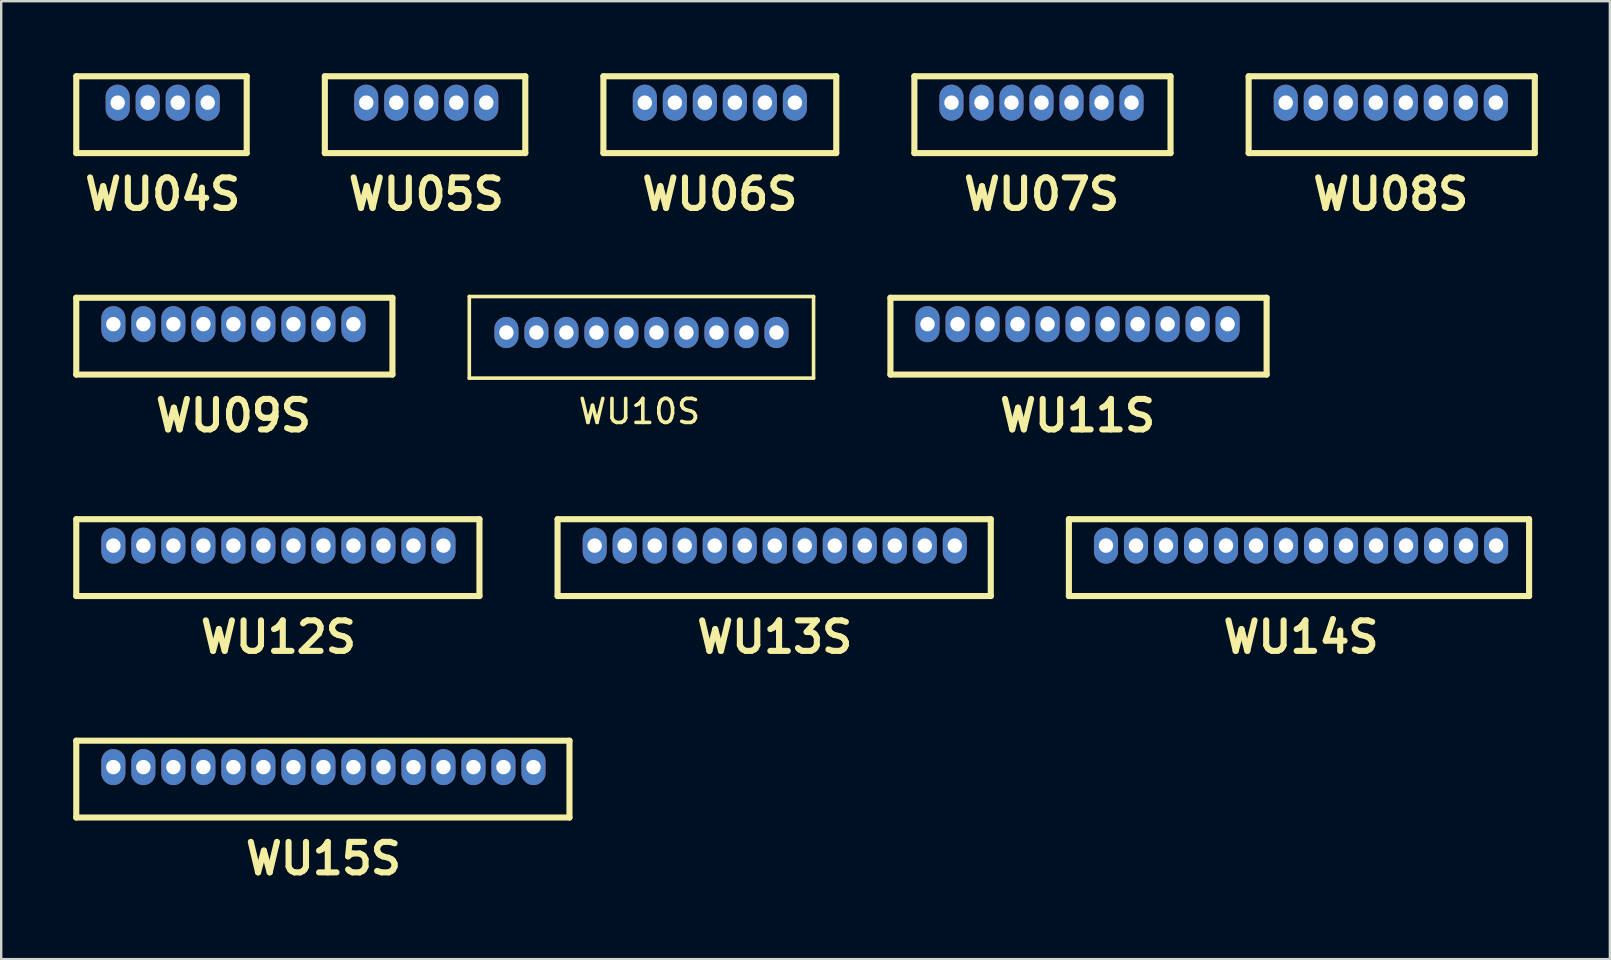
<source format=kicad_pcb>
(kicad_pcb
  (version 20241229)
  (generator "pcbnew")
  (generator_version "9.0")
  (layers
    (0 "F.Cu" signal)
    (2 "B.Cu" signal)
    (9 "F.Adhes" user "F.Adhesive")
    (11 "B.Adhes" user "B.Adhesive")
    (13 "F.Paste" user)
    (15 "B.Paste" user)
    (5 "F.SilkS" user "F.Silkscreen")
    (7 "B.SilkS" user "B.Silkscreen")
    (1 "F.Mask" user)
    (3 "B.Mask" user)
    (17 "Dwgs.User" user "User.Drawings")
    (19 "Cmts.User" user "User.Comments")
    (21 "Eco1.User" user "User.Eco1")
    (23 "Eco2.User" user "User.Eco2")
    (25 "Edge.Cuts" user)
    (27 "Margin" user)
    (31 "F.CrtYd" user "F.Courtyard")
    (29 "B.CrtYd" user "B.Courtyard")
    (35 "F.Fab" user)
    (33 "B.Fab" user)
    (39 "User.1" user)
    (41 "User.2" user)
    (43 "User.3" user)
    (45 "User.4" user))
  (footprint "WU11S"
    (layer "F.Cu")
    (at 41.836 10.453)
    (property "Reference" "WU11S" (at 0 3.81 0) (layer "F.SilkS") (effects (font (size 1.27 1.27) (thickness 0.254))))
    (attr through_hole)
    (fp_line (start -7.795 -1.1) (end 7.875 -1.1) (stroke (width 0.254) (type solid)) (layer "F.SilkS"))
    (fp_line (start -7.795 2.1) (end -7.795 -1.1) (stroke (width 0.254) (type solid)) (layer "F.SilkS"))
    (fp_line (start 7.875 -1.1) (end 7.875 2.1) (stroke (width 0.254) (type solid)) (layer "F.SilkS"))
    (fp_line (start 7.875 2.1) (end -7.795 2.1) (stroke (width 0.254) (type solid)) (layer "F.SilkS"))
    (pad "1" thru_hole oval (at -6.25 0) (size 1 1.5) (drill 0.6) (layers "*.Cu" "*.Mask"))
    (pad "2" thru_hole oval (at -5 0) (size 1 1.5) (drill 0.6) (layers "*.Cu" "*.Mask"))
    (pad "3" thru_hole oval (at -3.75 0) (size 1 1.5) (drill 0.6) (layers "*.Cu" "*.Mask"))
    (pad "4" thru_hole oval (at -2.5 0) (size 1 1.5) (drill 0.6) (layers "*.Cu" "*.Mask"))
    (pad "5" thru_hole oval (at -1.25 0) (size 1 1.5) (drill 0.6) (layers "*.Cu" "*.Mask"))
    (pad "6" thru_hole oval (at 0 0) (size 1 1.5) (drill 0.6) (layers "*.Cu" "*.Mask"))
    (pad "7" thru_hole oval (at 1.25 0) (size 1 1.5) (drill 0.6) (layers "*.Cu" "*.Mask"))
    (pad "8" thru_hole oval (at 2.5 0) (size 1 1.5) (drill 0.6) (layers "*.Cu" "*.Mask"))
    (pad "9" thru_hole oval (at 3.75 0) (size 1 1.5) (drill 0.6) (layers "*.Cu" "*.Mask"))
    (pad "10" thru_hole oval (at 5 0) (size 1 1.5) (drill 0.6) (layers "*.Cu" "*.Mask"))
    (pad "11" thru_hole oval (at 6.25 0) (size 1 1.5) (drill 0.6) (layers "*.Cu" "*.Mask")))
  (footprint "WU04S"
    (layer "F.Cu")
    (at 3.727 1.227)
    (property "Reference" "WU04S" (at 0 3.81 0) (layer "F.SilkS") (effects (font (size 1.27 1.27) (thickness 0.254))))
    (attr smd)
    (fp_line (start -3.6 -1.1) (end 3.5 -1.1) (stroke (width 0.254) (type solid)) (layer "F.SilkS"))
    (fp_line (start -3.6 2.1) (end -3.6 -1.1) (stroke (width 0.254) (type solid)) (layer "F.SilkS"))
    (fp_line (start 3.5 -1.1) (end 3.5 2.1) (stroke (width 0.254) (type solid)) (layer "F.SilkS"))
    (fp_line (start 3.5 2.1) (end -3.6 2.1) (stroke (width 0.254) (type solid)) (layer "F.SilkS"))
    (pad "1" thru_hole oval (at -1.875 0) (size 1 1.5) (drill 0.6) (layers "*.Cu" "*.Mask"))
    (pad "2" thru_hole oval (at -0.625 0) (size 1 1.5) (drill 0.6) (layers "*.Cu" "*.Mask"))
    (pad "3" thru_hole oval (at 0.625 0) (size 1 1.5) (drill 0.6) (layers "*.Cu" "*.Mask"))
    (pad "4" thru_hole oval (at 1.875 0) (size 1 1.5) (drill 0.6) (layers "*.Cu" "*.Mask")))
  (footprint "WU08S"
    (layer "F.Cu")
    (at 54.883 1.227)
    (property "Reference" "WU08S" (at 0 3.81 0) (layer "F.SilkS") (effects (font (size 1.27 1.27) (thickness 0.254))))
    (attr through_hole)
    (fp_line (start -5.92 -1.1) (end 6 -1.1) (stroke (width 0.254) (type solid)) (layer "F.SilkS"))
    (fp_line (start -5.92 2.1) (end -5.92 -1.1) (stroke (width 0.254) (type solid)) (layer "F.SilkS"))
    (fp_line (start 6 -1.1) (end 6 2.1) (stroke (width 0.254) (type solid)) (layer "F.SilkS"))
    (fp_line (start 6 2.1) (end -5.92 2.1) (stroke (width 0.254) (type solid)) (layer "F.SilkS"))
    (pad "1" thru_hole oval (at -4.375 0) (size 1 1.5) (drill 0.6) (layers "*.Cu" "*.Mask"))
    (pad "2" thru_hole oval (at -3.125 0) (size 1 1.5) (drill 0.6) (layers "*.Cu" "*.Mask"))
    (pad "3" thru_hole oval (at -1.875 0) (size 1 1.5) (drill 0.6) (layers "*.Cu" "*.Mask"))
    (pad "4" thru_hole oval (at -0.625 0) (size 1 1.5) (drill 0.6) (layers "*.Cu" "*.Mask"))
    (pad "5" thru_hole oval (at 0.625 0) (size 1 1.5) (drill 0.6) (layers "*.Cu" "*.Mask"))
    (pad "6" thru_hole oval (at 1.875 0) (size 1 1.5) (drill 0.6) (layers "*.Cu" "*.Mask"))
    (pad "7" thru_hole oval (at 3.125 0) (size 1 1.5) (drill 0.6) (layers "*.Cu" "*.Mask"))
    (pad "8" thru_hole oval (at 4.375 0) (size 1 1.5) (drill 0.6) (layers "*.Cu" "*.Mask")))
  (footprint "WU15S"
    (layer "F.Cu")
    (at 10.422 28.904)
    (property "Reference" "WU15S" (at 0 3.81 0) (layer "F.SilkS") (effects (font (size 1.27 1.27) (thickness 0.254))))
    (attr through_hole)
    (fp_line (start -10.295 -1.1) (end 10.25 -1.1) (stroke (width 0.254) (type solid)) (layer "F.SilkS"))
    (fp_line (start -10.295 2.1) (end -10.295 -1.1) (stroke (width 0.254) (type solid)) (layer "F.SilkS"))
    (fp_line (start 10.25 -1.1) (end 10.25 2.1) (stroke (width 0.254) (type solid)) (layer "F.SilkS"))
    (fp_line (start 10.25 2.1) (end -10.295 2.1) (stroke (width 0.254) (type solid)) (layer "F.SilkS"))
    (pad "1" thru_hole oval (at -8.75 0) (size 1 1.5) (drill 0.6) (layers "*.Cu" "*.Mask"))
    (pad "2" thru_hole oval (at -7.5 0) (size 1 1.5) (drill 0.6) (layers "*.Cu" "*.Mask"))
    (pad "3" thru_hole oval (at -6.25 0) (size 1 1.5) (drill 0.6) (layers "*.Cu" "*.Mask"))
    (pad "4" thru_hole oval (at -5 0) (size 1 1.5) (drill 0.6) (layers "*.Cu" "*.Mask"))
    (pad "5" thru_hole oval (at -3.75 0) (size 1 1.5) (drill 0.6) (layers "*.Cu" "*.Mask"))
    (pad "6" thru_hole oval (at -2.5 0) (size 1 1.5) (drill 0.6) (layers "*.Cu" "*.Mask"))
    (pad "7" thru_hole oval (at -1.25 0) (size 1 1.5) (drill 0.6) (layers "*.Cu" "*.Mask"))
    (pad "8" thru_hole oval (at 0 0) (size 1 1.5) (drill 0.6) (layers "*.Cu" "*.Mask"))
    (pad "9" thru_hole oval (at 1.25 0) (size 1 1.5) (drill 0.6) (layers "*.Cu" "*.Mask"))
    (pad "10" thru_hole oval (at 2.5 0) (size 1 1.5) (drill 0.6) (layers "*.Cu" "*.Mask"))
    (pad "11" thru_hole oval (at 3.75 0) (size 1 1.5) (drill 0.6) (layers "*.Cu" "*.Mask"))
    (pad "12" thru_hole oval (at 5 0) (size 1 1.5) (drill 0.6) (layers "*.Cu" "*.Mask"))
    (pad "12" thru_hole oval (at 7.5 0) (size 1 1.5) (drill 0.6) (layers "*.Cu" "*.Mask"))
    (pad "13" thru_hole oval (at 6.25 0) (size 1 1.5) (drill 0.6) (layers "*.Cu" "*.Mask"))
    (pad "13" thru_hole oval (at 8.75 0) (size 1 1.5) (drill 0.6) (layers "*.Cu" "*.Mask")))
  (footprint "WU12S"
    (layer "F.Cu")
    (at 8.547 19.678)
    (property "Reference" "WU12S" (at 0 3.81 0) (layer "F.SilkS") (effects (font (size 1.27 1.27) (thickness 0.254))))
    (attr through_hole)
    (fp_line (start -8.42 -1.1) (end 8.375 -1.1) (stroke (width 0.254) (type solid)) (layer "F.SilkS"))
    (fp_line (start -8.42 2.1) (end -8.42 -1.1) (stroke (width 0.254) (type solid)) (layer "F.SilkS"))
    (fp_line (start 8.375 -1.1) (end 8.375 2.1) (stroke (width 0.254) (type solid)) (layer "F.SilkS"))
    (fp_line (start 8.375 2.1) (end -8.42 2.1) (stroke (width 0.254) (type solid)) (layer "F.SilkS"))
    (pad "1" thru_hole oval (at -6.875 0) (size 1 1.5) (drill 0.6) (layers "*.Cu" "*.Mask"))
    (pad "2" thru_hole oval (at -5.625 0) (size 1 1.5) (drill 0.6) (layers "*.Cu" "*.Mask"))
    (pad "3" thru_hole oval (at -4.375 0) (size 1 1.5) (drill 0.6) (layers "*.Cu" "*.Mask"))
    (pad "4" thru_hole oval (at -3.125 0) (size 1 1.5) (drill 0.6) (layers "*.Cu" "*.Mask"))
    (pad "5" thru_hole oval (at -1.875 0) (size 1 1.5) (drill 0.6) (layers "*.Cu" "*.Mask"))
    (pad "6" thru_hole oval (at -0.625 0) (size 1 1.5) (drill 0.6) (layers "*.Cu" "*.Mask"))
    (pad "7" thru_hole oval (at 0.625 0) (size 1 1.5) (drill 0.6) (layers "*.Cu" "*.Mask"))
    (pad "8" thru_hole oval (at 1.875 0) (size 1 1.5) (drill 0.6) (layers "*.Cu" "*.Mask"))
    (pad "9" thru_hole oval (at 3.125 0) (size 1 1.5) (drill 0.6) (layers "*.Cu" "*.Mask"))
    (pad "10" thru_hole oval (at 4.375 0) (size 1 1.5) (drill 0.6) (layers "*.Cu" "*.Mask"))
    (pad "11" thru_hole oval (at 5.625 0) (size 1 1.5) (drill 0.6) (layers "*.Cu" "*.Mask"))
    (pad "12" thru_hole oval (at 6.875 0) (size 1 1.5) (drill 0.6) (layers "*.Cu" "*.Mask")))
  (footprint "WU09S"
    (layer "F.Cu")
    (at 6.672 10.453)
    (property "Reference" "WU09S" (at 0 3.81 0) (layer "F.SilkS") (effects (font (size 1.27 1.27) (thickness 0.254))))
    (attr through_hole)
    (fp_line (start -6.545 -1.1) (end 6.625 -1.1) (stroke (width 0.254) (type solid)) (layer "F.SilkS"))
    (fp_line (start -6.545 2.1) (end -6.545 -1.1) (stroke (width 0.254) (type solid)) (layer "F.SilkS"))
    (fp_line (start 6.625 -1.1) (end 6.625 2.1) (stroke (width 0.254) (type solid)) (layer "F.SilkS"))
    (fp_line (start 6.625 2.1) (end -6.545 2.1) (stroke (width 0.254) (type solid)) (layer "F.SilkS"))
    (pad "1" thru_hole oval (at -5 0) (size 1 1.5) (drill 0.6) (layers "*.Cu" "*.Mask"))
    (pad "2" thru_hole oval (at -3.75 0) (size 1 1.5) (drill 0.6) (layers "*.Cu" "*.Mask"))
    (pad "3" thru_hole oval (at -2.5 0) (size 1 1.5) (drill 0.6) (layers "*.Cu" "*.Mask"))
    (pad "4" thru_hole oval (at -1.25 0) (size 1 1.5) (drill 0.6) (layers "*.Cu" "*.Mask"))
    (pad "5" thru_hole oval (at 0 0) (size 1 1.5) (drill 0.6) (layers "*.Cu" "*.Mask"))
    (pad "6" thru_hole oval (at 1.25 0) (size 1 1.5) (drill 0.6) (layers "*.Cu" "*.Mask"))
    (pad "7" thru_hole oval (at 2.5 0) (size 1 1.5) (drill 0.6) (layers "*.Cu" "*.Mask"))
    (pad "8" thru_hole oval (at 3.75 0) (size 1 1.5) (drill 0.6) (layers "*.Cu" "*.Mask"))
    (pad "9" thru_hole oval (at 5 0) (size 1 1.5) (drill 0.6) (layers "*.Cu" "*.Mask")))
  (footprint "WU06S"
    (layer "F.Cu")
    (at 26.935 1.227)
    (property "Reference" "WU06S" (at 0 3.81 0) (layer "F.SilkS") (effects (font (size 1.27 1.27) (thickness 0.254))))
    (attr smd)
    (fp_line (start -4.85 -1.1) (end 4.85 -1.1) (stroke (width 0.254) (type solid)) (layer "F.SilkS"))
    (fp_line (start -4.85 2.1) (end -4.85 -1.1) (stroke (width 0.254) (type solid)) (layer "F.SilkS"))
    (fp_line (start 4.85 -1.1) (end 4.85 2.1) (stroke (width 0.254) (type solid)) (layer "F.SilkS"))
    (fp_line (start 4.85 2.1) (end -4.85 2.1) (stroke (width 0.254) (type solid)) (layer "F.SilkS"))
    (pad "1" thru_hole oval (at -3.125 0) (size 1 1.5) (drill 0.6) (layers "*.Cu" "*.Mask"))
    (pad "2" thru_hole oval (at -1.875 0) (size 1 1.5) (drill 0.6) (layers "*.Cu" "*.Mask"))
    (pad "3" thru_hole oval (at -0.625 0) (size 1 1.5) (drill 0.6) (layers "*.Cu" "*.Mask"))
    (pad "4" thru_hole oval (at 0.625 0) (size 1 1.5) (drill 0.6) (layers "*.Cu" "*.Mask"))
    (pad "5" thru_hole oval (at 1.875 0) (size 1 1.5) (drill 0.6) (layers "*.Cu" "*.Mask"))
    (pad "6" thru_hole oval (at 3.125 0) (size 1 1.5) (drill 0.6) (layers "*.Cu" "*.Mask")))
  (footprint "WU14S"
    (layer "F.Cu")
    (at 51.145 19.678)
    (property "Reference" "WU14S" (at 0 3.81 0) (layer "F.SilkS") (effects (font (size 1.27 1.27) (thickness 0.254))))
    (attr through_hole)
    (fp_line (start -9.67 -1.1) (end 9.5 -1.1) (stroke (width 0.254) (type solid)) (layer "F.SilkS"))
    (fp_line (start -9.67 2.1) (end -9.67 -1.1) (stroke (width 0.254) (type solid)) (layer "F.SilkS"))
    (fp_line (start 9.5 -1.1) (end 9.5 2.1) (stroke (width 0.254) (type solid)) (layer "F.SilkS"))
    (fp_line (start 9.5 2.1) (end -9.67 2.1) (stroke (width 0.254) (type solid)) (layer "F.SilkS"))
    (pad "1" thru_hole oval (at -8.125 0) (size 1 1.5) (drill 0.6) (layers "*.Cu" "*.Mask"))
    (pad "2" thru_hole oval (at -6.875 0) (size 1 1.5) (drill 0.6) (layers "*.Cu" "*.Mask"))
    (pad "3" thru_hole oval (at -5.625 0) (size 1 1.5) (drill 0.6) (layers "*.Cu" "*.Mask"))
    (pad "4" thru_hole oval (at -4.375 0) (size 1 1.5) (drill 0.6) (layers "*.Cu" "*.Mask"))
    (pad "5" thru_hole oval (at -3.125 0) (size 1 1.5) (drill 0.6) (layers "*.Cu" "*.Mask"))
    (pad "6" thru_hole oval (at -1.875 0) (size 1 1.5) (drill 0.6) (layers "*.Cu" "*.Mask"))
    (pad "7" thru_hole oval (at -0.625 0) (size 1 1.5) (drill 0.6) (layers "*.Cu" "*.Mask"))
    (pad "8" thru_hole oval (at 0.625 0) (size 1 1.5) (drill 0.6) (layers "*.Cu" "*.Mask"))
    (pad "9" thru_hole oval (at 1.875 0) (size 1 1.5) (drill 0.6) (layers "*.Cu" "*.Mask"))
    (pad "10" thru_hole oval (at 3.125 0) (size 1 1.5) (drill 0.6) (layers "*.Cu" "*.Mask"))
    (pad "11" thru_hole oval (at 4.375 0) (size 1 1.5) (drill 0.6) (layers "*.Cu" "*.Mask"))
    (pad "12" thru_hole oval (at 5.625 0) (size 1 1.5) (drill 0.6) (layers "*.Cu" "*.Mask"))
    (pad "13" thru_hole oval (at 6.875 0) (size 1 1.5) (drill 0.6) (layers "*.Cu" "*.Mask"))
    (pad "14" thru_hole oval (at 8.125 0) (size 1 1.5) (drill 0.6) (layers "*.Cu" "*.Mask")))
  (footprint "WU10S"
    (layer "F.Cu")
    (at 23.669 10.801)
    (property "Reference" "WU10S" (at -0.085 3.29 0) (layer "F.SilkS") (effects (font (size 1 1) (thickness 0.15))))
    (attr smd)
    (fp_line (start -7.17 -1.5) (end 7.17 -1.5) (stroke (width 0.15) (type solid)) (layer "F.SilkS"))
    (fp_line (start -7.17 1.9) (end -7.17 -1.5) (stroke (width 0.15) (type solid)) (layer "F.SilkS"))
    (fp_line (start 7.17 -1.5) (end 7.17 1.9) (stroke (width 0.15) (type solid)) (layer "F.SilkS"))
    (fp_line (start 7.17 1.9) (end -7.17 1.9) (stroke (width 0.15) (type solid)) (layer "F.SilkS"))
    (pad "1" thru_hole oval (at -5.625 0) (size 1 1.3) (drill 0.6) (layers "*.Cu" "*.Mask"))
    (pad "2" thru_hole oval (at -4.375 0) (size 1 1.3) (drill 0.6) (layers "*.Cu" "*.Mask"))
    (pad "3" thru_hole oval (at -3.125 0) (size 1 1.3) (drill 0.6) (layers "*.Cu" "*.Mask"))
    (pad "4" thru_hole oval (at -1.875 0) (size 1 1.3) (drill 0.6) (layers "*.Cu" "*.Mask"))
    (pad "5" thru_hole oval (at -0.625 0) (size 1 1.3) (drill 0.6) (layers "*.Cu" "*.Mask"))
    (pad "6" thru_hole oval (at 0.625 0) (size 1 1.3) (drill 0.6) (layers "*.Cu" "*.Mask"))
    (pad "7" thru_hole oval (at 1.875 0) (size 1 1.3) (drill 0.6) (layers "*.Cu" "*.Mask"))
    (pad "8" thru_hole oval (at 3.125 0) (size 1 1.3) (drill 0.6) (layers "*.Cu" "*.Mask"))
    (pad "9" thru_hole oval (at 4.375 0) (size 1 1.3) (drill 0.6) (layers "*.Cu" "*.Mask"))
    (pad "10" thru_hole oval (at 5.625 0) (size 1 1.3) (drill 0.6) (layers "*.Cu" "*.Mask")))
  (footprint "WU07S"
    (layer "F.Cu")
    (at 40.334 1.227)
    (property "Reference" "WU07S" (at 0 3.81 0) (layer "F.SilkS") (effects (font (size 1.27 1.27) (thickness 0.254))))
    (attr through_hole)
    (fp_line (start -5.295 -1.1) (end 5.375 -1.1) (stroke (width 0.254) (type solid)) (layer "F.SilkS"))
    (fp_line (start -5.295 2.1) (end -5.295 -1.1) (stroke (width 0.254) (type solid)) (layer "F.SilkS"))
    (fp_line (start 5.375 -1.1) (end 5.375 2.1) (stroke (width 0.254) (type solid)) (layer "F.SilkS"))
    (fp_line (start 5.375 2.1) (end -5.295 2.1) (stroke (width 0.254) (type solid)) (layer "F.SilkS"))
    (pad "1" thru_hole oval (at -3.75 0) (size 1 1.5) (drill 0.6) (layers "*.Cu" "*.Mask"))
    (pad "2" thru_hole oval (at -2.5 0) (size 1 1.5) (drill 0.6) (layers "*.Cu" "*.Mask"))
    (pad "3" thru_hole oval (at -1.25 0) (size 1 1.5) (drill 0.6) (layers "*.Cu" "*.Mask"))
    (pad "4" thru_hole oval (at 0 0) (size 1 1.5) (drill 0.6) (layers "*.Cu" "*.Mask"))
    (pad "5" thru_hole oval (at 1.25 0) (size 1 1.5) (drill 0.6) (layers "*.Cu" "*.Mask"))
    (pad "6" thru_hole oval (at 2.5 0) (size 1 1.5) (drill 0.6) (layers "*.Cu" "*.Mask"))
    (pad "7" thru_hole oval (at 3.75 0) (size 1 1.5) (drill 0.6) (layers "*.Cu" "*.Mask")))
  (footprint "WU05S"
    (layer "F.Cu")
    (at 14.706 1.227)
    (property "Reference" "WU05S" (at 0 3.81 0) (layer "F.SilkS") (effects (font (size 1.27 1.27) (thickness 0.254))))
    (attr smd)
    (fp_line (start -4.225 -1.1) (end 4.125 -1.1) (stroke (width 0.254) (type solid)) (layer "F.SilkS"))
    (fp_line (start -4.225 2.1) (end -4.225 -1.1) (stroke (width 0.254) (type solid)) (layer "F.SilkS"))
    (fp_line (start 4.125 -1.1) (end 4.125 2.1) (stroke (width 0.254) (type solid)) (layer "F.SilkS"))
    (fp_line (start 4.125 2.1) (end -4.225 2.1) (stroke (width 0.254) (type solid)) (layer "F.SilkS"))
    (pad "1" thru_hole oval (at -2.5 0) (size 1 1.5) (drill 0.6) (layers "*.Cu" "*.Mask"))
    (pad "2" thru_hole oval (at -1.25 0) (size 1 1.5) (drill 0.6) (layers "*.Cu" "*.Mask"))
    (pad "3" thru_hole oval (at 0 0) (size 1 1.5) (drill 0.6) (layers "*.Cu" "*.Mask"))
    (pad "4" thru_hole oval (at 1.25 0) (size 1 1.5) (drill 0.6) (layers "*.Cu" "*.Mask"))
    (pad "5" thru_hole oval (at 2.5 0) (size 1 1.5) (drill 0.6) (layers "*.Cu" "*.Mask")))
  (footprint "WU13S"
    (layer "F.Cu")
    (at 29.221 19.678)
    (property "Reference" "WU13S" (at 0 3.81 0) (layer "F.SilkS") (effects (font (size 1.27 1.27) (thickness 0.254))))
    (attr through_hole)
    (fp_line (start -9.045 -1.1) (end 9 -1.1) (stroke (width 0.254) (type solid)) (layer "F.SilkS"))
    (fp_line (start -9.045 2.1) (end -9.045 -1.1) (stroke (width 0.254) (type solid)) (layer "F.SilkS"))
    (fp_line (start 9 -1.1) (end 9 2.1) (stroke (width 0.254) (type solid)) (layer "F.SilkS"))
    (fp_line (start 9 2.1) (end -9.045 2.1) (stroke (width 0.254) (type solid)) (layer "F.SilkS"))
    (pad "1" thru_hole oval (at -7.5 0) (size 1 1.5) (drill 0.6) (layers "*.Cu" "*.Mask"))
    (pad "2" thru_hole oval (at -6.25 0) (size 1 1.5) (drill 0.6) (layers "*.Cu" "*.Mask"))
    (pad "3" thru_hole oval (at -5 0) (size 1 1.5) (drill 0.6) (layers "*.Cu" "*.Mask"))
    (pad "4" thru_hole oval (at -3.75 0) (size 1 1.5) (drill 0.6) (layers "*.Cu" "*.Mask"))
    (pad "5" thru_hole oval (at -2.5 0) (size 1 1.5) (drill 0.6) (layers "*.Cu" "*.Mask"))
    (pad "6" thru_hole oval (at -1.25 0) (size 1 1.5) (drill 0.6) (layers "*.Cu" "*.Mask"))
    (pad "7" thru_hole oval (at 0 0) (size 1 1.5) (drill 0.6) (layers "*.Cu" "*.Mask"))
    (pad "8" thru_hole oval (at 1.25 0) (size 1 1.5) (drill 0.6) (layers "*.Cu" "*.Mask"))
    (pad "9" thru_hole oval (at 2.5 0) (size 1 1.5) (drill 0.6) (layers "*.Cu" "*.Mask"))
    (pad "10" thru_hole oval (at 3.75 0) (size 1 1.5) (drill 0.6) (layers "*.Cu" "*.Mask"))
    (pad "11" thru_hole oval (at 5 0) (size 1 1.5) (drill 0.6) (layers "*.Cu" "*.Mask"))
    (pad "12" thru_hole oval (at 6.25 0) (size 1 1.5) (drill 0.6) (layers "*.Cu" "*.Mask"))
    (pad "13" thru_hole oval (at 7.5 0) (size 1 1.5) (drill 0.6) (layers "*.Cu" "*.Mask")))
  (gr_rect
    (start -3 -3)
    (end 64.01 36.903)
    (stroke (width 0.1) (type default))
    (fill no)
    (layer "Edge.Cuts")))
</source>
